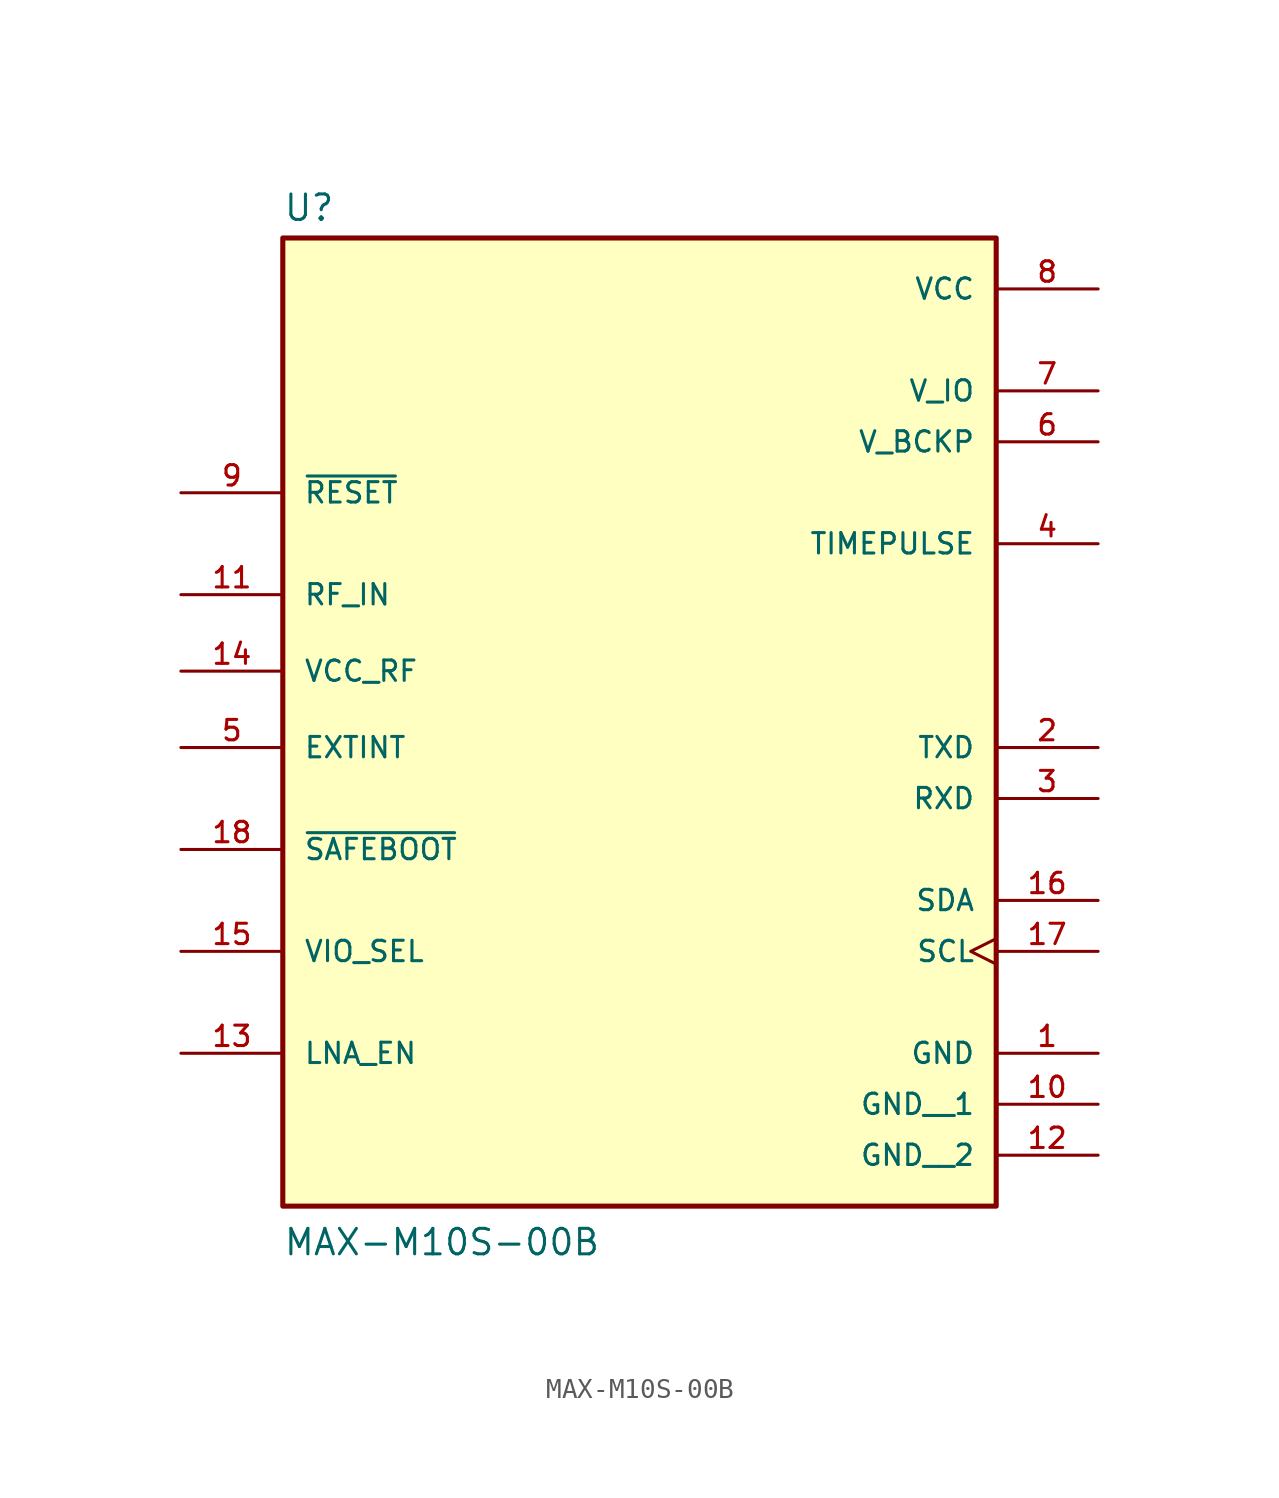
<source format=kicad_sym>
(kicad_symbol_lib
  (version 20241209)
  (generator "kicad_symbol_editor")
  (generator_version "9.0")
  (symbol "MAX-M10S-00B"
    (pin_names
      (offset 1.016))
    (property "Reference" "U"
      (at -17.78 21.082 0)
      (effects (font (size 1.27 1.27)) (justify left bottom)))
    (property "Value" "MAX-M10S-00B"
      (at -17.78 -30.48 0)
      (effects (font (size 1.27 1.27)) (justify left bottom)))
    (symbol "MAX-M10S-00B_0_0"
      (rectangle (start -17.78 20.32) (end 17.78 -27.94) (stroke (width 0.254) (type default)) (fill (type background)))
      (pin input line (at -22.86 7.62 0) (length 5.08) (name "~{RESET}" (effects (font (size 1.016 1.016)))) (number "9" (effects (font (size 1.016 1.016)))))
      (pin input line (at -22.86 2.54 0) (length 5.08) (name "RF_IN" (effects (font (size 1.016 1.016)))) (number "11" (effects (font (size 1.016 1.016)))))
      (pin power_in line (at -22.86 -1.27 0) (length 5.08) (name "VCC_RF" (effects (font (size 1.016 1.016)))) (number "14" (effects (font (size 1.016 1.016)))))
      (pin input line (at -22.86 -5.08 0) (length 5.08) (name "EXTINT" (effects (font (size 1.016 1.016)))) (number "5" (effects (font (size 1.016 1.016)))))
      (pin input line (at -22.86 -10.16 0) (length 5.08) (name "~{SAFEBOOT}" (effects (font (size 1.016 1.016)))) (number "18" (effects (font (size 1.016 1.016)))))
      (pin input line (at -22.86 -15.24 0) (length 5.08) (name "VIO_SEL" (effects (font (size 1.016 1.016)))) (number "15" (effects (font (size 1.016 1.016)))))
      (pin output line (at -22.86 -20.32 0) (length 5.08) (name "LNA_EN" (effects (font (size 1.016 1.016)))) (number "13" (effects (font (size 1.016 1.016)))))
      (pin power_in line (at 22.86 17.78 180) (length 5.08) (name "VCC" (effects (font (size 1.016 1.016)))) (number "8" (effects (font (size 1.016 1.016)))))
      (pin power_in line (at 22.86 12.7 180) (length 5.08) (name "V_IO" (effects (font (size 1.016 1.016)))) (number "7" (effects (font (size 1.016 1.016)))))
      (pin power_in line (at 22.86 10.16 180) (length 5.08) (name "V_BCKP" (effects (font (size 1.016 1.016)))) (number "6" (effects (font (size 1.016 1.016)))))
      (pin output line (at 22.86 5.08 180) (length 5.08) (name "TIMEPULSE" (effects (font (size 1.016 1.016)))) (number "4" (effects (font (size 1.016 1.016)))))
      (pin output line (at 22.86 -5.08 180) (length 5.08) (name "TXD" (effects (font (size 1.016 1.016)))) (number "2" (effects (font (size 1.016 1.016)))))
      (pin input line (at 22.86 -7.62 180) (length 5.08) (name "RXD" (effects (font (size 1.016 1.016)))) (number "3" (effects (font (size 1.016 1.016)))))
      (pin bidirectional line (at 22.86 -12.7 180) (length 5.08) (name "SDA" (effects (font (size 1.016 1.016)))) (number "16" (effects (font (size 1.016 1.016)))))
      (pin input clock (at 22.86 -15.24 180) (length 5.08) (name "SCL" (effects (font (size 1.016 1.016)))) (number "17" (effects (font (size 1.016 1.016)))))
      (pin power_in line (at 22.86 -20.32 180) (length 5.08) (name "GND" (effects (font (size 1.016 1.016)))) (number "1" (effects (font (size 1.016 1.016)))))
      (pin power_in line (at 22.86 -22.86 180) (length 5.08) (name "GND__1" (effects (font (size 1.016 1.016)))) (number "10" (effects (font (size 1.016 1.016)))))
      (pin power_in line (at 22.86 -25.4 180) (length 5.08) (name "GND__2" (effects (font (size 1.016 1.016)))) (number "12" (effects (font (size 1.016 1.016))))))))
</source>
